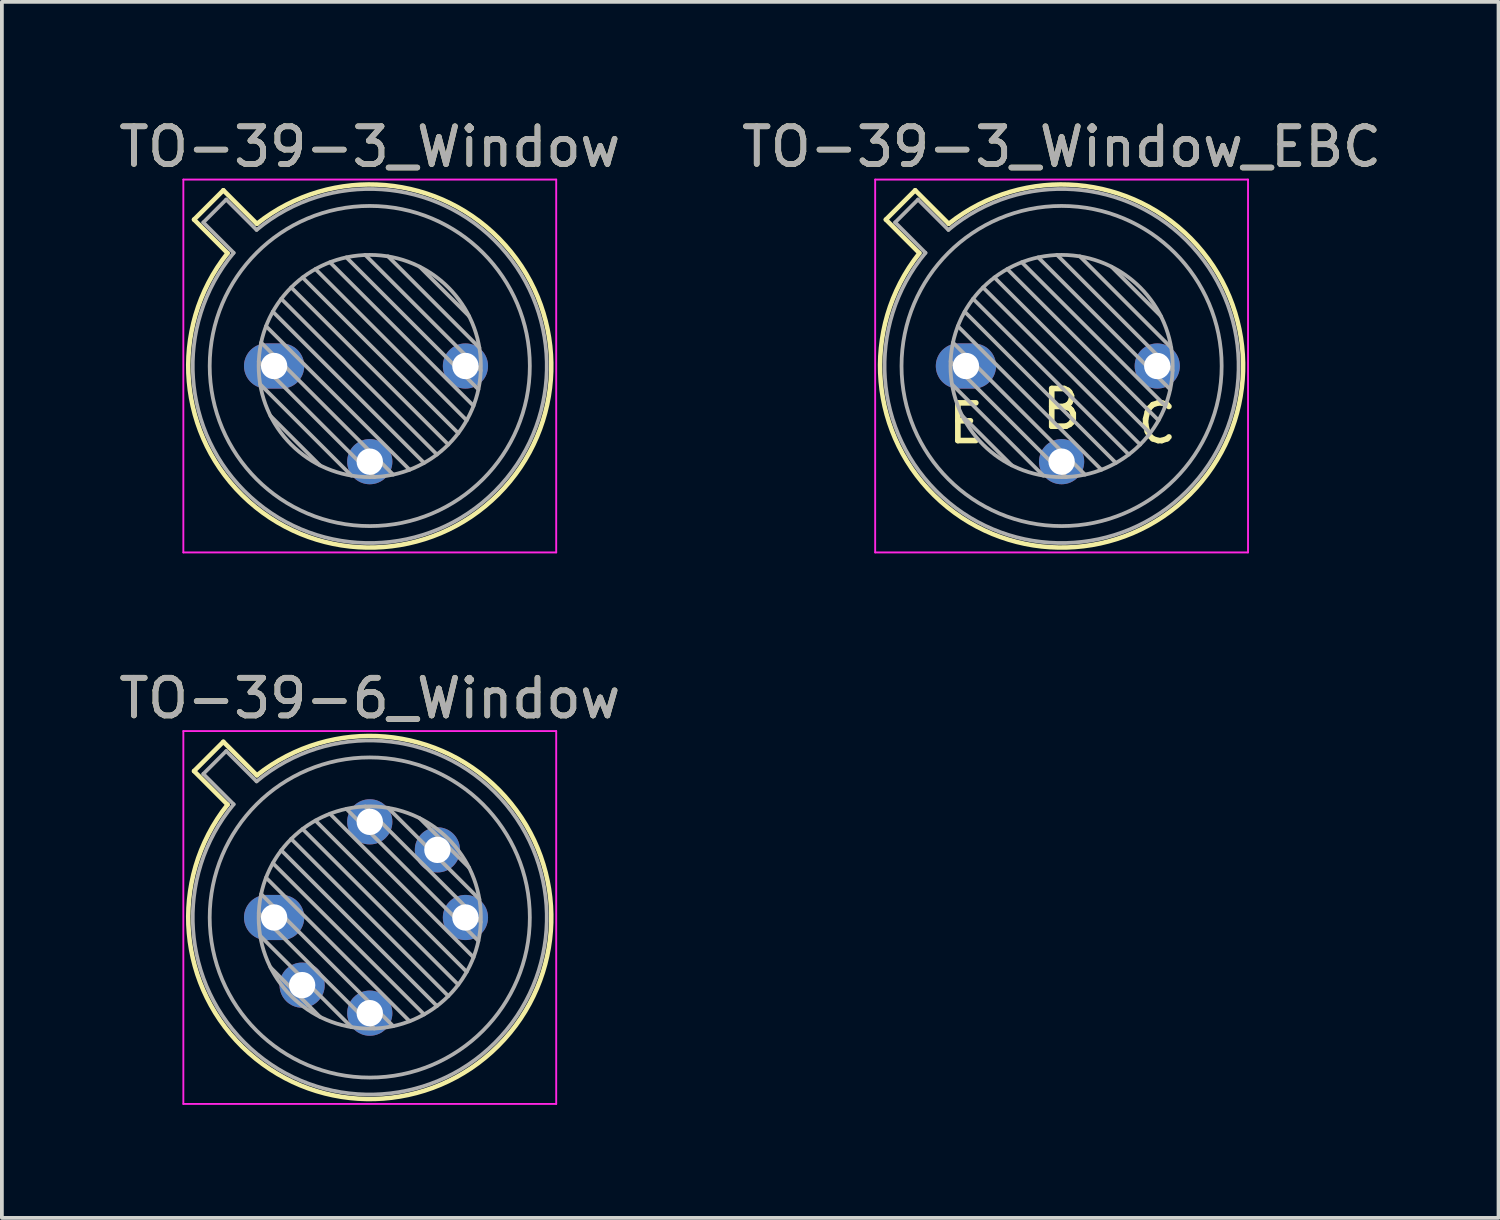
<source format=kicad_pcb>
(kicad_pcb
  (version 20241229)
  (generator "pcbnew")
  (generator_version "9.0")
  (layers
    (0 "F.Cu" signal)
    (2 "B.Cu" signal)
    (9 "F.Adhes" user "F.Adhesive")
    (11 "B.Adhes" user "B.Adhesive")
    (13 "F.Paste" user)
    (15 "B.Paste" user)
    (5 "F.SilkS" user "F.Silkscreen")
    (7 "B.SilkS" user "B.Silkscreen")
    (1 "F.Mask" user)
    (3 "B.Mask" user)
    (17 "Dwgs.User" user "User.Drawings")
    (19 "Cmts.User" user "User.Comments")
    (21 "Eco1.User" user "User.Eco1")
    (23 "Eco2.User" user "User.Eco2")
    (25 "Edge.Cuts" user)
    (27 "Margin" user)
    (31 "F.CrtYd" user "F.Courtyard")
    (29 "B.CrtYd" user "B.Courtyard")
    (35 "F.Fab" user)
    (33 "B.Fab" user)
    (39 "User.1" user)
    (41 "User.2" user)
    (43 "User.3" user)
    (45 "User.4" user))
  (footprint "TO-39-6_Window"
    (layer "F.Cu")
    (at 4.228 21.311)
    (property "Reference" "TO-39-6_Window" (at 2.54 -5.82 0) (layer "F.SilkS") (effects (font (size 1 1) (thickness 0.15))))
    (attr through_hole)
    (fp_line (start -2.126 -3.888) (end -1.235 -2.997) (stroke (width 0.12) (type solid)) (layer "F.SilkS"))
    (fp_line (start -1.348 -4.666) (end -2.126 -3.888) (stroke (width 0.12) (type solid)) (layer "F.SilkS"))
    (fp_line (start -0.457 -3.775) (end -1.348 -4.666) (stroke (width 0.12) (type solid)) (layer "F.SilkS"))
    (fp_arc (start -0.457084 -3.774902) (mid 5.948125 3.408384) (end -1.234674 -2.997371) (stroke (width 0.12) (type solid)) (layer "F.SilkS"))
    (fp_line (start -2.41 -4.95) (end -2.41 4.95) (stroke (width 0.05) (type solid)) (layer "F.CrtYd"))
    (fp_line (start -2.41 4.95) (end 7.49 4.95) (stroke (width 0.05) (type solid)) (layer "F.CrtYd"))
    (fp_line (start 7.49 -4.95) (end -2.41 -4.95) (stroke (width 0.05) (type solid)) (layer "F.CrtYd"))
    (fp_line (start 7.49 4.95) (end 7.49 -4.95) (stroke (width 0.05) (type solid)) (layer "F.CrtYd"))
    (fp_line (start -1.88 -3.812) (end -1.074 -3.005) (stroke (width 0.1) (type solid)) (layer "F.Fab"))
    (fp_line (start -1.272 -4.42) (end -1.88 -3.812) (stroke (width 0.1) (type solid)) (layer "F.Fab"))
    (fp_line (start -0.465 -3.614) (end -1.272 -4.42) (stroke (width 0.1) (type solid)) (layer "F.Fab"))
    (fp_line (start -0.408 -0.12) (end 2.66 2.948) (stroke (width 0.1) (type solid)) (layer "F.Fab"))
    (fp_line (start -0.371 0.485) (end 2.055 2.911) (stroke (width 0.1) (type solid)) (layer "F.Fab"))
    (fp_line (start -0.344 -0.622) (end 3.162 2.884) (stroke (width 0.1) (type solid)) (layer "F.Fab"))
    (fp_line (start -0.215 -1.058) (end 3.598 2.755) (stroke (width 0.1) (type solid)) (layer "F.Fab"))
    (fp_line (start -0.097 1.324) (end 1.216 2.637) (stroke (width 0.1) (type solid)) (layer "F.Fab"))
    (fp_line (start -0.034 -1.443) (end 3.983 2.574) (stroke (width 0.1) (type solid)) (layer "F.Fab"))
    (fp_line (start 0.19 -1.784) (end 4.324 2.35) (stroke (width 0.1) (type solid)) (layer "F.Fab"))
    (fp_line (start 0.454 -2.086) (end 4.626 2.086) (stroke (width 0.1) (type solid)) (layer "F.Fab"))
    (fp_line (start 0.756 -2.35) (end 4.89 1.784) (stroke (width 0.1) (type solid)) (layer "F.Fab"))
    (fp_line (start 1.097 -2.574) (end 5.114 1.443) (stroke (width 0.1) (type solid)) (layer "F.Fab"))
    (fp_line (start 1.482 -2.755) (end 5.295 1.058) (stroke (width 0.1) (type solid)) (layer "F.Fab"))
    (fp_line (start 1.918 -2.884) (end 5.424 0.622) (stroke (width 0.1) (type solid)) (layer "F.Fab"))
    (fp_line (start 2.42 -2.948) (end 5.488 0.12) (stroke (width 0.1) (type solid)) (layer "F.Fab"))
    (fp_line (start 3.025 -2.911) (end 5.451 -0.485) (stroke (width 0.1) (type solid)) (layer "F.Fab"))
    (fp_line (start 3.864 -2.637) (end 5.177 -1.324) (stroke (width 0.1) (type solid)) (layer "F.Fab"))
    (fp_arc (start -0.465408 -3.61352) (mid 5.863443 3.323361) (end -1.073594 -3.005319) (stroke (width 0.1) (type solid)) (layer "F.Fab"))
    (fp_circle (center 2.54 0) (end 5.49 0) (stroke (width 0.1) (type solid)) (fill no) (layer "F.Fab"))
    (fp_circle (center 2.54 0) (end 6.79 0) (stroke (width 0.1) (type solid)) (fill no) (layer "F.Fab"))
    (fp_text user "${REFERENCE}" (at 2.54 -5.82 0) (layer "F.Fab") (effects (font (size 1 1) (thickness 0.15))))
    (pad "1" thru_hole oval (at 0 0) (size 1.6 1.2) (drill 0.7) (layers "*.Cu" "*.Mask"))
    (pad "2" thru_hole oval (at 0.744 1.796) (size 1.2 1.2) (drill 0.7) (layers "*.Cu" "*.Mask"))
    (pad "3" thru_hole oval (at 2.54 2.54) (size 1.2 1.2) (drill 0.7) (layers "*.Cu" "*.Mask"))
    (pad "4" thru_hole oval (at 5.08 0) (size 1.2 1.2) (drill 0.7) (layers "*.Cu" "*.Mask"))
    (pad "5" thru_hole oval (at 4.336 -1.796) (size 1.2 1.2) (drill 0.7) (layers "*.Cu" "*.Mask"))
    (pad "6" thru_hole oval (at 2.54 -2.54) (size 1.2 1.2) (drill 0.7) (layers "*.Cu" "*.Mask")))
  (footprint "TO-39-3_Window_EBC"
    (layer "F.Cu")
    (at 22.597 6.668)
    (property "Reference" "TO-39-3_Window_EBC" (at 2.54 -5.82 0) (layer "F.SilkS") (effects (font (size 1 1) (thickness 0.15))))
    (fp_line (start -2.126 -3.888) (end -1.235 -2.997) (stroke (width 0.12) (type solid)) (layer "F.SilkS"))
    (fp_line (start -1.348 -4.666) (end -2.126 -3.888) (stroke (width 0.12) (type solid)) (layer "F.SilkS"))
    (fp_line (start -0.457 -3.775) (end -1.348 -4.666) (stroke (width 0.12) (type solid)) (layer "F.SilkS"))
    (fp_arc (start -0.457084 -3.774902) (mid 5.948125 3.408384) (end -1.234674 -2.997371) (stroke (width 0.12) (type solid)) (layer "F.SilkS"))
    (fp_line (start -2.41 -4.95) (end -2.41 4.95) (stroke (width 0.05) (type solid)) (layer "F.CrtYd"))
    (fp_line (start -2.41 4.95) (end 7.49 4.95) (stroke (width 0.05) (type solid)) (layer "F.CrtYd"))
    (fp_line (start 7.49 -4.95) (end -2.41 -4.95) (stroke (width 0.05) (type solid)) (layer "F.CrtYd"))
    (fp_line (start 7.49 4.95) (end 7.49 -4.95) (stroke (width 0.05) (type solid)) (layer "F.CrtYd"))
    (fp_line (start -1.88 -3.812) (end -1.074 -3.005) (stroke (width 0.1) (type solid)) (layer "F.Fab"))
    (fp_line (start -1.272 -4.42) (end -1.88 -3.812) (stroke (width 0.1) (type solid)) (layer "F.Fab"))
    (fp_line (start -0.465 -3.614) (end -1.272 -4.42) (stroke (width 0.1) (type solid)) (layer "F.Fab"))
    (fp_line (start -0.408 -0.12) (end 2.66 2.948) (stroke (width 0.1) (type solid)) (layer "F.Fab"))
    (fp_line (start -0.371 0.485) (end 2.055 2.911) (stroke (width 0.1) (type solid)) (layer "F.Fab"))
    (fp_line (start -0.344 -0.622) (end 3.162 2.884) (stroke (width 0.1) (type solid)) (layer "F.Fab"))
    (fp_line (start -0.215 -1.058) (end 3.598 2.755) (stroke (width 0.1) (type solid)) (layer "F.Fab"))
    (fp_line (start -0.097 1.324) (end 1.216 2.637) (stroke (width 0.1) (type solid)) (layer "F.Fab"))
    (fp_line (start -0.034 -1.443) (end 3.983 2.574) (stroke (width 0.1) (type solid)) (layer "F.Fab"))
    (fp_line (start 0.19 -1.784) (end 4.324 2.35) (stroke (width 0.1) (type solid)) (layer "F.Fab"))
    (fp_line (start 0.454 -2.086) (end 4.626 2.086) (stroke (width 0.1) (type solid)) (layer "F.Fab"))
    (fp_line (start 0.756 -2.35) (end 4.89 1.784) (stroke (width 0.1) (type solid)) (layer "F.Fab"))
    (fp_line (start 1.097 -2.574) (end 5.114 1.443) (stroke (width 0.1) (type solid)) (layer "F.Fab"))
    (fp_line (start 1.482 -2.755) (end 5.295 1.058) (stroke (width 0.1) (type solid)) (layer "F.Fab"))
    (fp_line (start 1.918 -2.884) (end 5.424 0.622) (stroke (width 0.1) (type solid)) (layer "F.Fab"))
    (fp_line (start 2.42 -2.948) (end 5.488 0.12) (stroke (width 0.1) (type solid)) (layer "F.Fab"))
    (fp_line (start 3.025 -2.911) (end 5.451 -0.485) (stroke (width 0.1) (type solid)) (layer "F.Fab"))
    (fp_line (start 3.864 -2.637) (end 5.177 -1.324) (stroke (width 0.1) (type solid)) (layer "F.Fab"))
    (fp_arc (start -0.465408 -3.61352) (mid 5.863443 3.323361) (end -1.073594 -3.005319) (stroke (width 0.1) (type solid)) (layer "F.Fab"))
    (fp_circle (center 2.54 0) (end 5.49 0) (stroke (width 0.1) (type solid)) (fill no) (layer "F.Fab"))
    (fp_circle (center 2.54 0) (end 6.79 0) (stroke (width 0.1) (type solid)) (fill no) (layer "F.Fab"))
    (fp_text user "B" (at 2.54 1.143 0) (unlocked yes) (layer "F.SilkS") (effects (font (size 1 1) (thickness 0.15))))
    (fp_text user "E" (at 0 1.524 0) (unlocked yes) (layer "F.SilkS") (effects (font (size 1 1) (thickness 0.15))))
    (fp_text user "C" (at 5.08 1.524 0) (unlocked yes) (layer "F.SilkS") (effects (font (size 1 1) (thickness 0.15))))
    (fp_text user "${REFERENCE}" (at 2.54 -5.82 0) (layer "F.Fab") (effects (font (size 1 1) (thickness 0.15))))
    (pad "1" thru_hole oval (at 0 0) (size 1.6 1.2) (drill 0.7) (layers "*.Cu" "*.Mask"))
    (pad "2" thru_hole oval (at 2.54 2.54) (size 1.2 1.2) (drill 0.7) (layers "*.Cu" "*.Mask"))
    (pad "3" thru_hole oval (at 5.08 0) (size 1.2 1.2) (drill 0.7) (layers "*.Cu" "*.Mask")))
  (footprint "TO-39-3_Window"
    (layer "F.Cu")
    (at 4.228 6.668)
    (property "Reference" "TO-39-3_Window" (at 2.54 -5.82 0) (layer "F.SilkS") (effects (font (size 1 1) (thickness 0.15))))
    (attr through_hole)
    (fp_line (start -2.126 -3.888) (end -1.235 -2.997) (stroke (width 0.12) (type solid)) (layer "F.SilkS"))
    (fp_line (start -1.348 -4.666) (end -2.126 -3.888) (stroke (width 0.12) (type solid)) (layer "F.SilkS"))
    (fp_line (start -0.457 -3.775) (end -1.348 -4.666) (stroke (width 0.12) (type solid)) (layer "F.SilkS"))
    (fp_arc (start -0.457084 -3.774902) (mid 5.948125 3.408384) (end -1.234674 -2.997371) (stroke (width 0.12) (type solid)) (layer "F.SilkS"))
    (fp_line (start -2.41 -4.95) (end -2.41 4.95) (stroke (width 0.05) (type solid)) (layer "F.CrtYd"))
    (fp_line (start -2.41 4.95) (end 7.49 4.95) (stroke (width 0.05) (type solid)) (layer "F.CrtYd"))
    (fp_line (start 7.49 -4.95) (end -2.41 -4.95) (stroke (width 0.05) (type solid)) (layer "F.CrtYd"))
    (fp_line (start 7.49 4.95) (end 7.49 -4.95) (stroke (width 0.05) (type solid)) (layer "F.CrtYd"))
    (fp_line (start -1.88 -3.812) (end -1.074 -3.005) (stroke (width 0.1) (type solid)) (layer "F.Fab"))
    (fp_line (start -1.272 -4.42) (end -1.88 -3.812) (stroke (width 0.1) (type solid)) (layer "F.Fab"))
    (fp_line (start -0.465 -3.614) (end -1.272 -4.42) (stroke (width 0.1) (type solid)) (layer "F.Fab"))
    (fp_line (start -0.408 -0.12) (end 2.66 2.948) (stroke (width 0.1) (type solid)) (layer "F.Fab"))
    (fp_line (start -0.371 0.485) (end 2.055 2.911) (stroke (width 0.1) (type solid)) (layer "F.Fab"))
    (fp_line (start -0.344 -0.622) (end 3.162 2.884) (stroke (width 0.1) (type solid)) (layer "F.Fab"))
    (fp_line (start -0.215 -1.058) (end 3.598 2.755) (stroke (width 0.1) (type solid)) (layer "F.Fab"))
    (fp_line (start -0.097 1.324) (end 1.216 2.637) (stroke (width 0.1) (type solid)) (layer "F.Fab"))
    (fp_line (start -0.034 -1.443) (end 3.983 2.574) (stroke (width 0.1) (type solid)) (layer "F.Fab"))
    (fp_line (start 0.19 -1.784) (end 4.324 2.35) (stroke (width 0.1) (type solid)) (layer "F.Fab"))
    (fp_line (start 0.454 -2.086) (end 4.626 2.086) (stroke (width 0.1) (type solid)) (layer "F.Fab"))
    (fp_line (start 0.756 -2.35) (end 4.89 1.784) (stroke (width 0.1) (type solid)) (layer "F.Fab"))
    (fp_line (start 1.097 -2.574) (end 5.114 1.443) (stroke (width 0.1) (type solid)) (layer "F.Fab"))
    (fp_line (start 1.482 -2.755) (end 5.295 1.058) (stroke (width 0.1) (type solid)) (layer "F.Fab"))
    (fp_line (start 1.918 -2.884) (end 5.424 0.622) (stroke (width 0.1) (type solid)) (layer "F.Fab"))
    (fp_line (start 2.42 -2.948) (end 5.488 0.12) (stroke (width 0.1) (type solid)) (layer "F.Fab"))
    (fp_line (start 3.025 -2.911) (end 5.451 -0.485) (stroke (width 0.1) (type solid)) (layer "F.Fab"))
    (fp_line (start 3.864 -2.637) (end 5.177 -1.324) (stroke (width 0.1) (type solid)) (layer "F.Fab"))
    (fp_arc (start -0.465408 -3.61352) (mid 5.863443 3.323361) (end -1.073594 -3.005319) (stroke (width 0.1) (type solid)) (layer "F.Fab"))
    (fp_circle (center 2.54 0) (end 5.49 0) (stroke (width 0.1) (type solid)) (fill no) (layer "F.Fab"))
    (fp_circle (center 2.54 0) (end 6.79 0) (stroke (width 0.1) (type solid)) (fill no) (layer "F.Fab"))
    (fp_text user "${REFERENCE}" (at 2.54 -5.82 0) (layer "F.Fab") (effects (font (size 1 1) (thickness 0.15))))
    (pad "1" thru_hole oval (at 0 0) (size 1.6 1.2) (drill 0.7) (layers "*.Cu" "*.Mask"))
    (pad "2" thru_hole oval (at 2.54 2.54) (size 1.2 1.2) (drill 0.7) (layers "*.Cu" "*.Mask"))
    (pad "3" thru_hole oval (at 5.08 0) (size 1.2 1.2) (drill 0.7) (layers "*.Cu" "*.Mask")))
  (gr_rect
    (start -3 -3)
    (end 36.738 29.287)
    (stroke (width 0.1) (type default))
    (fill no)
    (layer "Edge.Cuts")))
</source>
